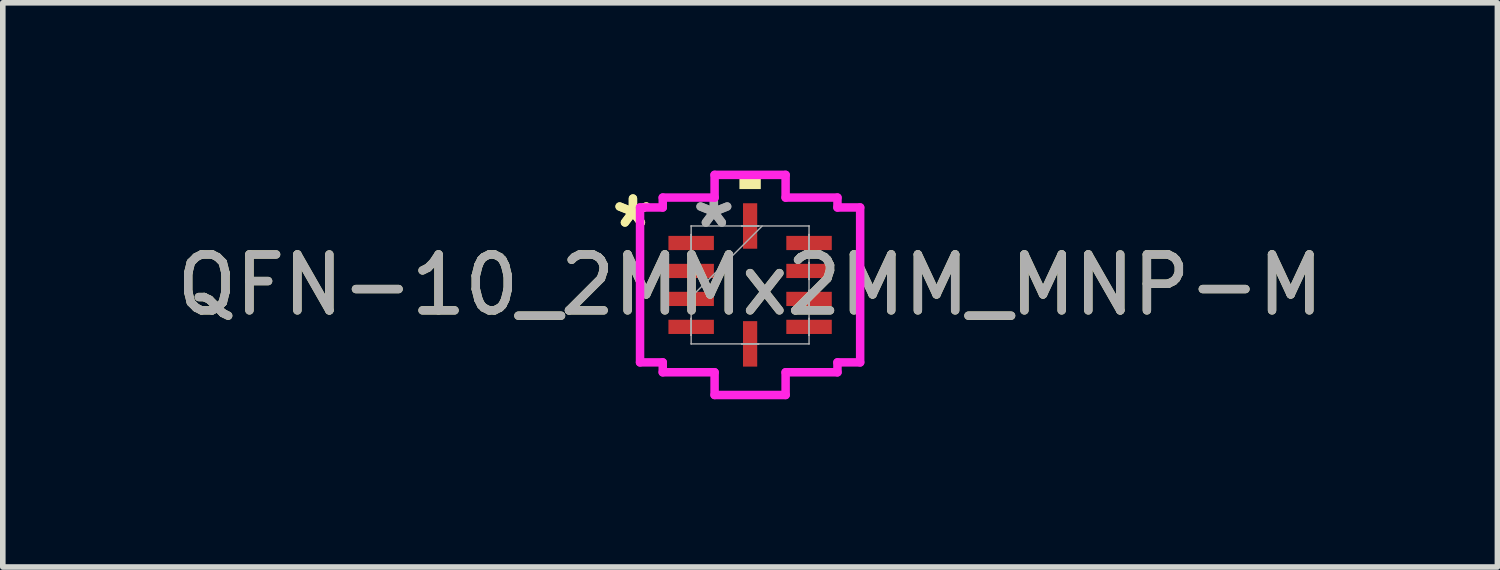
<source format=kicad_pcb>
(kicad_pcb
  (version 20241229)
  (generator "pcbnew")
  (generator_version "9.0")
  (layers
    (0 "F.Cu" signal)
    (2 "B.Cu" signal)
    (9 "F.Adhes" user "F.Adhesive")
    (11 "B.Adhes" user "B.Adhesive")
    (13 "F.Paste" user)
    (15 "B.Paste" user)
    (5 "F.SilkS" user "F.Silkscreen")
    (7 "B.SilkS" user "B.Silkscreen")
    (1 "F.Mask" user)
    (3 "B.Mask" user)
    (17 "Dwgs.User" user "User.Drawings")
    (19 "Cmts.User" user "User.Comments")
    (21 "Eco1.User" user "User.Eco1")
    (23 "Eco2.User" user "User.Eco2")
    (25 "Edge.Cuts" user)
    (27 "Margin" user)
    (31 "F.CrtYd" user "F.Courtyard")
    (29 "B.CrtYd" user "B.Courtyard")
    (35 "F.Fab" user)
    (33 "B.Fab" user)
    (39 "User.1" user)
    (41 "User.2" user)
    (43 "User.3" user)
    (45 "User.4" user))
  (footprint "QFN-10_2MMx2MM_MNP-M"
    (layer "F.Cu")
    (at 10.363 2.045)
    (property "Reference" "QFN-10_2MMx2MM_MNP-M" (at 0 0 0) (unlocked yes) (layer "F.SilkS") (effects (font (size 1 1) (thickness 0.15))))
    (attr smd)
    (fp_poly (pts (xy -0.191 -1.714) (xy -0.191 -1.968) (xy 0.191 -1.968) (xy 0.191 -1.714)) (stroke (width 0) (type solid)) (fill yes) (layer "F.SilkS"))
    (fp_line (start -1.968 -1.385) (end -1.562 -1.385) (stroke (width 0.152) (type solid)) (layer "F.CrtYd"))
    (fp_line (start -1.968 1.385) (end -1.968 -1.385) (stroke (width 0.152) (type solid)) (layer "F.CrtYd"))
    (fp_line (start -1.562 -1.562) (end -0.635 -1.562) (stroke (width 0.152) (type solid)) (layer "F.CrtYd"))
    (fp_line (start -1.562 -1.385) (end -1.562 -1.562) (stroke (width 0.152) (type solid)) (layer "F.CrtYd"))
    (fp_line (start -1.562 1.385) (end -1.968 1.385) (stroke (width 0.152) (type solid)) (layer "F.CrtYd"))
    (fp_line (start -1.562 1.562) (end -1.562 1.385) (stroke (width 0.152) (type solid)) (layer "F.CrtYd"))
    (fp_line (start -0.635 -1.968) (end 0.635 -1.968) (stroke (width 0.152) (type solid)) (layer "F.CrtYd"))
    (fp_line (start -0.635 -1.562) (end -0.635 -1.968) (stroke (width 0.152) (type solid)) (layer "F.CrtYd"))
    (fp_line (start -0.635 1.562) (end -1.562 1.562) (stroke (width 0.152) (type solid)) (layer "F.CrtYd"))
    (fp_line (start -0.635 1.968) (end -0.635 1.562) (stroke (width 0.152) (type solid)) (layer "F.CrtYd"))
    (fp_line (start 0.635 -1.968) (end 0.635 -1.562) (stroke (width 0.152) (type solid)) (layer "F.CrtYd"))
    (fp_line (start 0.635 -1.562) (end 1.562 -1.562) (stroke (width 0.152) (type solid)) (layer "F.CrtYd"))
    (fp_line (start 0.635 1.562) (end 0.635 1.968) (stroke (width 0.152) (type solid)) (layer "F.CrtYd"))
    (fp_line (start 0.635 1.968) (end -0.635 1.968) (stroke (width 0.152) (type solid)) (layer "F.CrtYd"))
    (fp_line (start 1.562 -1.562) (end 1.562 -1.385) (stroke (width 0.152) (type solid)) (layer "F.CrtYd"))
    (fp_line (start 1.562 -1.385) (end 1.968 -1.385) (stroke (width 0.152) (type solid)) (layer "F.CrtYd"))
    (fp_line (start 1.562 1.385) (end 1.562 1.562) (stroke (width 0.152) (type solid)) (layer "F.CrtYd"))
    (fp_line (start 1.562 1.562) (end 0.635 1.562) (stroke (width 0.152) (type solid)) (layer "F.CrtYd"))
    (fp_line (start 1.968 -1.385) (end 1.968 1.385) (stroke (width 0.152) (type solid)) (layer "F.CrtYd"))
    (fp_line (start 1.968 1.385) (end 1.562 1.385) (stroke (width 0.152) (type solid)) (layer "F.CrtYd"))
    (fp_line (start -1.054 -1.054) (end -1.054 -1.054) (stroke (width 0.025) (type solid)) (layer "F.Fab"))
    (fp_line (start -1.054 -1.054) (end -1.054 1.054) (stroke (width 0.025) (type solid)) (layer "F.Fab"))
    (fp_line (start -1.054 -0.902) (end -1.054 -0.902) (stroke (width 0.025) (type solid)) (layer "F.Fab"))
    (fp_line (start -1.054 -0.902) (end -1.054 -0.598) (stroke (width 0.025) (type solid)) (layer "F.Fab"))
    (fp_line (start -1.054 -0.598) (end -1.054 -0.902) (stroke (width 0.025) (type solid)) (layer "F.Fab"))
    (fp_line (start -1.054 -0.598) (end -1.054 -0.598) (stroke (width 0.025) (type solid)) (layer "F.Fab"))
    (fp_line (start -1.054 -0.402) (end -1.054 -0.402) (stroke (width 0.025) (type solid)) (layer "F.Fab"))
    (fp_line (start -1.054 -0.402) (end -1.054 -0.098) (stroke (width 0.025) (type solid)) (layer "F.Fab"))
    (fp_line (start -1.054 -0.098) (end -1.054 -0.402) (stroke (width 0.025) (type solid)) (layer "F.Fab"))
    (fp_line (start -1.054 -0.098) (end -1.054 -0.098) (stroke (width 0.025) (type solid)) (layer "F.Fab"))
    (fp_line (start -1.054 0.098) (end -1.054 0.098) (stroke (width 0.025) (type solid)) (layer "F.Fab"))
    (fp_line (start -1.054 0.098) (end -1.054 0.402) (stroke (width 0.025) (type solid)) (layer "F.Fab"))
    (fp_line (start -1.054 0.216) (end 0.216 -1.054) (stroke (width 0.025) (type solid)) (layer "F.Fab"))
    (fp_line (start -1.054 0.402) (end -1.054 0.098) (stroke (width 0.025) (type solid)) (layer "F.Fab"))
    (fp_line (start -1.054 0.402) (end -1.054 0.402) (stroke (width 0.025) (type solid)) (layer "F.Fab"))
    (fp_line (start -1.054 0.598) (end -1.054 0.598) (stroke (width 0.025) (type solid)) (layer "F.Fab"))
    (fp_line (start -1.054 0.598) (end -1.054 0.902) (stroke (width 0.025) (type solid)) (layer "F.Fab"))
    (fp_line (start -1.054 0.902) (end -1.054 0.598) (stroke (width 0.025) (type solid)) (layer "F.Fab"))
    (fp_line (start -1.054 0.902) (end -1.054 0.902) (stroke (width 0.025) (type solid)) (layer "F.Fab"))
    (fp_line (start -1.054 1.054) (end -1.054 1.054) (stroke (width 0.025) (type solid)) (layer "F.Fab"))
    (fp_line (start -1.054 1.054) (end 1.054 1.054) (stroke (width 0.025) (type solid)) (layer "F.Fab"))
    (fp_line (start -0.152 -1.054) (end -0.152 -1.054) (stroke (width 0.025) (type solid)) (layer "F.Fab"))
    (fp_line (start -0.152 -1.054) (end 0.152 -1.054) (stroke (width 0.025) (type solid)) (layer "F.Fab"))
    (fp_line (start -0.152 1.054) (end -0.152 1.054) (stroke (width 0.025) (type solid)) (layer "F.Fab"))
    (fp_line (start -0.152 1.054) (end 0.152 1.054) (stroke (width 0.025) (type solid)) (layer "F.Fab"))
    (fp_line (start 0.152 -1.054) (end -0.152 -1.054) (stroke (width 0.025) (type solid)) (layer "F.Fab"))
    (fp_line (start 0.152 -1.054) (end 0.152 -1.054) (stroke (width 0.025) (type solid)) (layer "F.Fab"))
    (fp_line (start 0.152 1.054) (end -0.152 1.054) (stroke (width 0.025) (type solid)) (layer "F.Fab"))
    (fp_line (start 0.152 1.054) (end 0.152 1.054) (stroke (width 0.025) (type solid)) (layer "F.Fab"))
    (fp_line (start 1.054 -1.054) (end -1.054 -1.054) (stroke (width 0.025) (type solid)) (layer "F.Fab"))
    (fp_line (start 1.054 -1.054) (end 1.054 -1.054) (stroke (width 0.025) (type solid)) (layer "F.Fab"))
    (fp_line (start 1.054 -0.902) (end 1.054 -0.902) (stroke (width 0.025) (type solid)) (layer "F.Fab"))
    (fp_line (start 1.054 -0.902) (end 1.054 -0.598) (stroke (width 0.025) (type solid)) (layer "F.Fab"))
    (fp_line (start 1.054 -0.598) (end 1.054 -0.902) (stroke (width 0.025) (type solid)) (layer "F.Fab"))
    (fp_line (start 1.054 -0.598) (end 1.054 -0.598) (stroke (width 0.025) (type solid)) (layer "F.Fab"))
    (fp_line (start 1.054 -0.402) (end 1.054 -0.402) (stroke (width 0.025) (type solid)) (layer "F.Fab"))
    (fp_line (start 1.054 -0.402) (end 1.054 -0.098) (stroke (width 0.025) (type solid)) (layer "F.Fab"))
    (fp_line (start 1.054 -0.098) (end 1.054 -0.402) (stroke (width 0.025) (type solid)) (layer "F.Fab"))
    (fp_line (start 1.054 -0.098) (end 1.054 -0.098) (stroke (width 0.025) (type solid)) (layer "F.Fab"))
    (fp_line (start 1.054 0.098) (end 1.054 0.098) (stroke (width 0.025) (type solid)) (layer "F.Fab"))
    (fp_line (start 1.054 0.098) (end 1.054 0.402) (stroke (width 0.025) (type solid)) (layer "F.Fab"))
    (fp_line (start 1.054 0.402) (end 1.054 0.098) (stroke (width 0.025) (type solid)) (layer "F.Fab"))
    (fp_line (start 1.054 0.402) (end 1.054 0.402) (stroke (width 0.025) (type solid)) (layer "F.Fab"))
    (fp_line (start 1.054 0.598) (end 1.054 0.598) (stroke (width 0.025) (type solid)) (layer "F.Fab"))
    (fp_line (start 1.054 0.598) (end 1.054 0.902) (stroke (width 0.025) (type solid)) (layer "F.Fab"))
    (fp_line (start 1.054 0.902) (end 1.054 0.598) (stroke (width 0.025) (type solid)) (layer "F.Fab"))
    (fp_line (start 1.054 0.902) (end 1.054 0.902) (stroke (width 0.025) (type solid)) (layer "F.Fab"))
    (fp_line (start 1.054 1.054) (end 1.054 -1.054) (stroke (width 0.025) (type solid)) (layer "F.Fab"))
    (fp_line (start 1.054 1.054) (end 1.054 1.054) (stroke (width 0.025) (type solid)) (layer "F.Fab"))
    (fp_text user "*" (at -2.095 -1 0) (unlocked yes) (layer "F.SilkS") (effects (font (size 1 1) (thickness 0.15))))
    (fp_text user "*" (at -2.095 -1 0) (layer "F.SilkS") (effects (font (size 1 1) (thickness 0.15))))
    (fp_text user "*" (at -0.648 -1 0) (layer "F.Fab") (effects (font (size 1 1) (thickness 0.15))))
    (fp_text user "${REFERENCE}" (at 0 0 0) (unlocked yes) (layer "F.Fab") (effects (font (size 1 1) (thickness 0.15))))
    (fp_text user "*" (at -0.648 -1 0) (unlocked yes) (layer "F.Fab") (effects (font (size 1 1) (thickness 0.15))))
    (pad "1" smd rect (at -1.054 -0.75 90) (size 0.254 0.813) (layers "F.Cu" "F.Mask" "F.Paste"))
    (pad "2" smd rect (at -1.054 -0.25 90) (size 0.254 0.813) (layers "F.Cu" "F.Mask" "F.Paste"))
    (pad "3" smd rect (at -1.054 0.25 90) (size 0.254 0.813) (layers "F.Cu" "F.Mask" "F.Paste"))
    (pad "4" smd rect (at -1.054 0.75 90) (size 0.254 0.813) (layers "F.Cu" "F.Mask" "F.Paste"))
    (pad "5" smd rect (at 0 1.054) (size 0.254 0.813) (layers "F.Cu" "F.Mask" "F.Paste"))
    (pad "6" smd rect (at 1.054 0.75 90) (size 0.254 0.813) (layers "F.Cu" "F.Mask" "F.Paste"))
    (pad "7" smd rect (at 1.054 0.25 90) (size 0.254 0.813) (layers "F.Cu" "F.Mask" "F.Paste"))
    (pad "8" smd rect (at 1.054 -0.25 90) (size 0.254 0.813) (layers "F.Cu" "F.Mask" "F.Paste"))
    (pad "9" smd rect (at 1.054 -0.75 90) (size 0.254 0.813) (layers "F.Cu" "F.Mask" "F.Paste"))
    (pad "10" smd rect (at 0 -1.054) (size 0.254 0.813) (layers "F.Cu" "F.Mask" "F.Paste")))
  (gr_rect
    (start -3 -3)
    (end 23.726 7.089)
    (stroke (width 0.1) (type default))
    (fill no)
    (layer "Edge.Cuts")))
</source>
